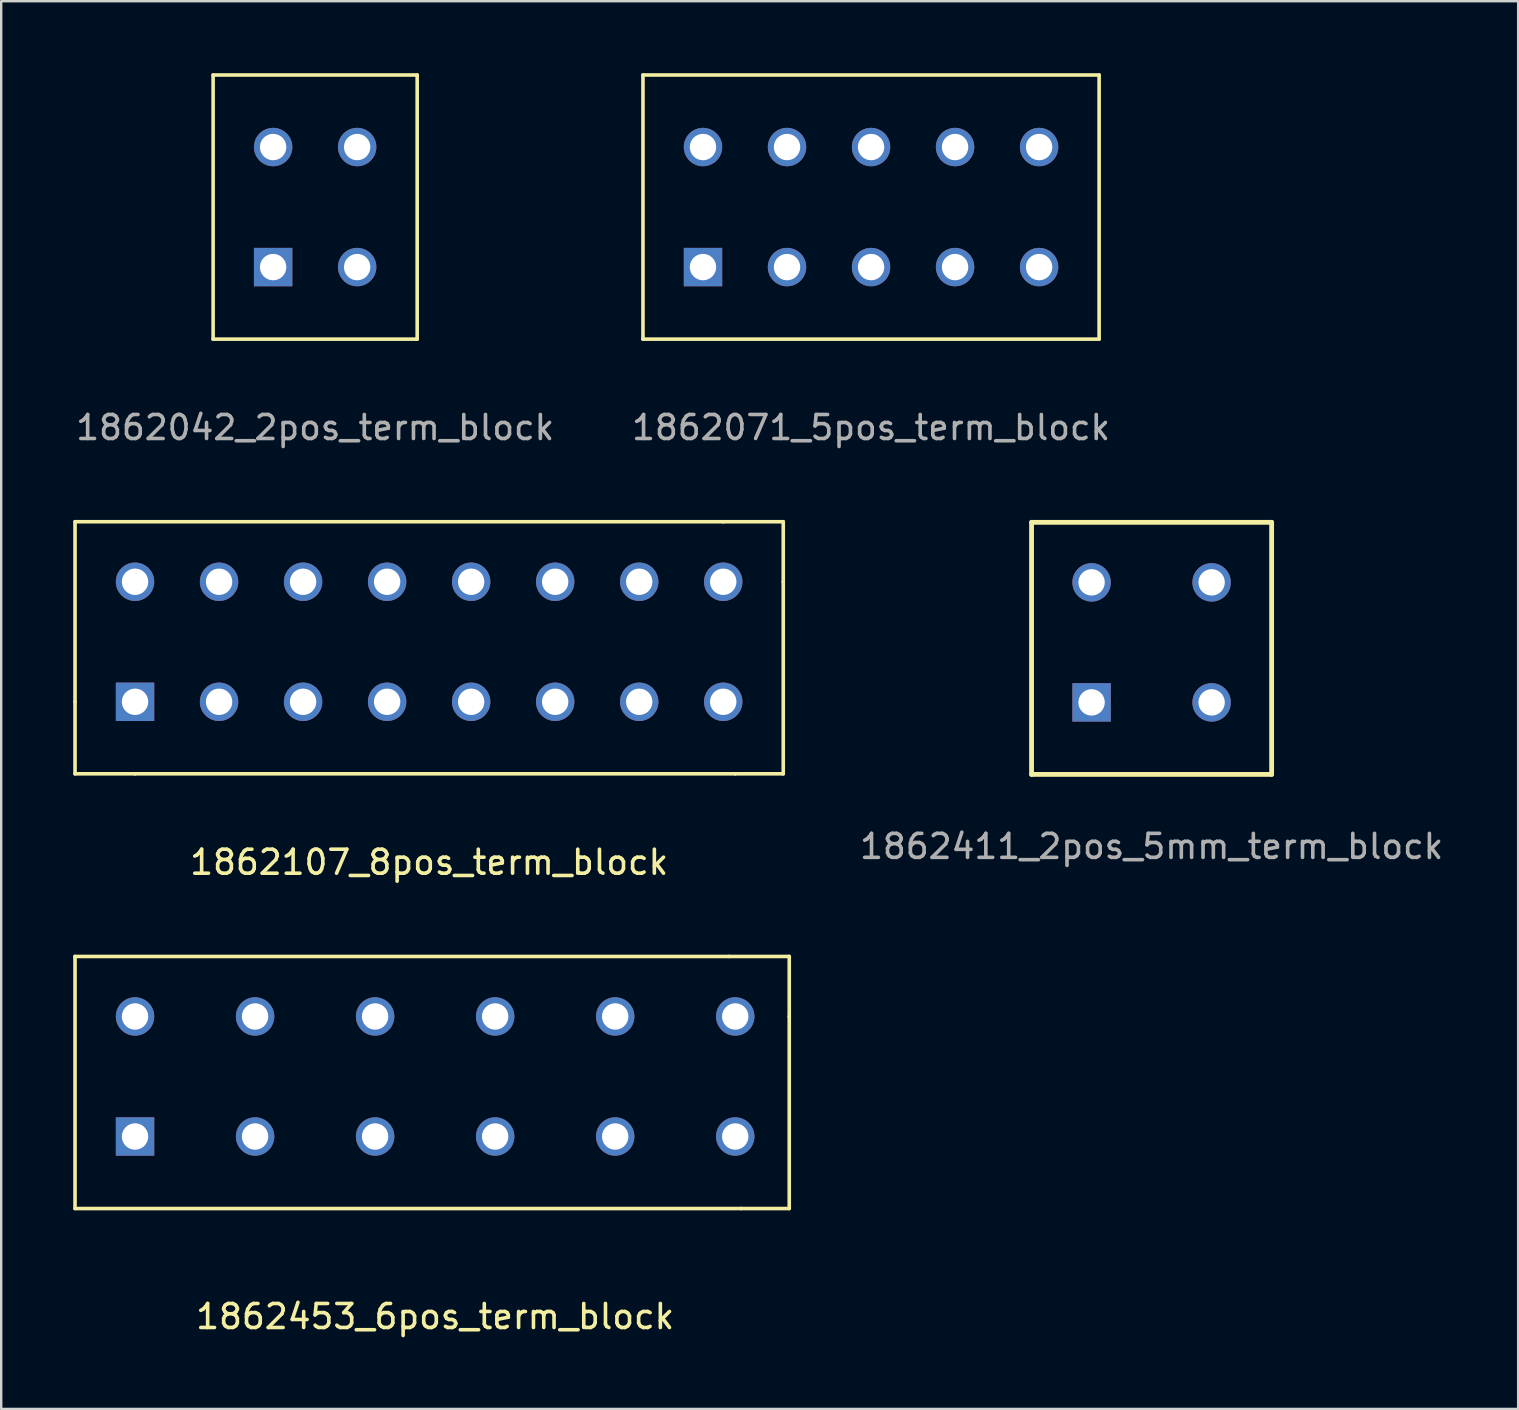
<source format=kicad_pcb>
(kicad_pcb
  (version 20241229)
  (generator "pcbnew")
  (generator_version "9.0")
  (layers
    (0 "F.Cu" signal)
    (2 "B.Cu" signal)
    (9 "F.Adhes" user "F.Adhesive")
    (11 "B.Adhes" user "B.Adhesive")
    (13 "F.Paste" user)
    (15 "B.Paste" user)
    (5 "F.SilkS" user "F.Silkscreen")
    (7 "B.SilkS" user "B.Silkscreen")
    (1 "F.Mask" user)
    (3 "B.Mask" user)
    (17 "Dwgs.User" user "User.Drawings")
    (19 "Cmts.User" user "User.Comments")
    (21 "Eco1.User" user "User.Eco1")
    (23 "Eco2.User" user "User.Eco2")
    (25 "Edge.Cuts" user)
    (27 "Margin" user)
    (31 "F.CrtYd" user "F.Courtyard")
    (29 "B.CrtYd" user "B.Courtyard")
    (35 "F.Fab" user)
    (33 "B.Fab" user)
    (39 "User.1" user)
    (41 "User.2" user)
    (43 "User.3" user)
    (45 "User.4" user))
  (footprint "1862411_2pos_5mm_term_block"
    (layer "F.Cu")
    (at 44.918 23.707)
    (property "Reference" "1862411_2pos_5mm_term_block" (at 0 8.5 0) (layer "F.Fab") (effects (font (size 1 1) (thickness 0.15))))
    (attr through_hole)
    (fp_line (start -5 -5) (end -5 5.5) (stroke (width 0.2) (type solid)) (layer "F.SilkS"))
    (fp_line (start -5 -5) (end 5 -5) (stroke (width 0.2) (type solid)) (layer "F.SilkS"))
    (fp_line (start 5 5.5) (end -5 5.5) (stroke (width 0.2) (type solid)) (layer "F.SilkS"))
    (fp_line (start 5 5.5) (end 5 -5) (stroke (width 0.2) (type solid)) (layer "F.SilkS"))
    (pad "1" thru_hole circle (at -2.5 -2.5) (size 1.6 1.6) (drill 1.1) (layers "*.Cu" "*.Mask"))
    (pad "1" thru_hole rect (at -2.5 2.5) (size 1.6 1.6) (drill 1.1) (layers "*.Cu" "*.Mask"))
    (pad "2" thru_hole circle (at 2.5 -2.5) (size 1.6 1.6) (drill 1.1) (layers "*.Cu" "*.Mask"))
    (pad "2" thru_hole circle (at 2.5 2.5) (size 1.6 1.6) (drill 1.1) (layers "*.Cu" "*.Mask")))
  (footprint "1862042_2pos_term_block"
    (layer "F.Cu")
    (at 10.077 3.075)
    (property "Reference" "1862042_2pos_term_block" (at 0 11.684 0) (layer "F.Fab") (effects (font (size 1 1) (thickness 0.15))))
    (attr through_hole)
    (fp_line (start -4.25 8) (end -4.25 -3) (stroke (width 0.15) (type solid)) (layer "F.SilkS"))
    (fp_line (start -4.25 8) (end 4.25 8) (stroke (width 0.15) (type solid)) (layer "F.SilkS"))
    (fp_line (start 4.25 -3) (end -4.25 -3) (stroke (width 0.15) (type solid)) (layer "F.SilkS"))
    (fp_line (start 4.25 8) (end 4.25 -3) (stroke (width 0.15) (type solid)) (layer "F.SilkS"))
    (pad "" np_thru_hole circle (at -1.75 0) (size 1.6 1.6) (drill 1.1) (layers "*.Cu" "*.Mask"))
    (pad "" np_thru_hole circle (at 1.75 0) (size 1.6 1.6) (drill 1.1) (layers "*.Cu" "*.Mask"))
    (pad "1" thru_hole rect (at -1.75 5) (size 1.6 1.6) (drill 1.1) (layers "*.Cu" "*.Mask"))
    (pad "2" thru_hole circle (at 1.75 5) (size 1.6 1.6) (drill 1.1) (layers "*.Cu" "*.Mask")))
  (footprint "1862071_5pos_term_block"
    (layer "F.Cu")
    (at 33.232 3.075)
    (property "Reference" "1862071_5pos_term_block" (at 0 11.684 0) (layer "F.Fab") (effects (font (size 1 1) (thickness 0.15))))
    (attr through_hole)
    (fp_line (start -9.5 -3) (end 9.5 -3) (stroke (width 0.15) (type solid)) (layer "F.SilkS"))
    (fp_line (start -9.5 8) (end -9.5 -3) (stroke (width 0.15) (type solid)) (layer "F.SilkS"))
    (fp_line (start -9.5 8) (end 9.5 8) (stroke (width 0.15) (type solid)) (layer "F.SilkS"))
    (fp_line (start 9.5 -3) (end 9.5 8) (stroke (width 0.15) (type solid)) (layer "F.SilkS"))
    (pad "" np_thru_hole circle (at -7 0) (size 1.6 1.6) (drill 1.1) (layers "*.Cu" "*.Mask"))
    (pad "" np_thru_hole circle (at -3.5 0) (size 1.6 1.6) (drill 1.1) (layers "*.Cu" "*.Mask"))
    (pad "" np_thru_hole circle (at 0 0) (size 1.6 1.6) (drill 1.1) (layers "*.Cu" "*.Mask"))
    (pad "" np_thru_hole circle (at 3.5 0) (size 1.6 1.6) (drill 1.1) (layers "*.Cu" "*.Mask"))
    (pad "" np_thru_hole circle (at 7 0) (size 1.6 1.6) (drill 1.1) (layers "*.Cu" "*.Mask"))
    (pad "1" thru_hole rect (at -7 5) (size 1.6 1.6) (drill 1.1) (layers "*.Cu" "*.Mask"))
    (pad "2" thru_hole circle (at -3.5 5) (size 1.6 1.6) (drill 1.1) (layers "*.Cu" "*.Mask"))
    (pad "3" thru_hole circle (at 0 5) (size 1.6 1.6) (drill 1.1) (layers "*.Cu" "*.Mask"))
    (pad "4" thru_hole circle (at 3.5 5) (size 1.6 1.6) (drill 1.1) (layers "*.Cu" "*.Mask"))
    (pad "5" thru_hole circle (at 7 5) (size 1.6 1.6) (drill 1.1) (layers "*.Cu" "*.Mask")))
  (footprint "1862453_6pos_term_block"
    (layer "F.Cu")
    (at 15.075 41.789)
    (property "Reference" "1862453_6pos_term_block" (at 0 10 0) (layer "F.SilkS") (effects (font (size 1 1) (thickness 0.15))))
    (attr through_hole)
    (fp_line (start -15 -5) (end 12.25 -5) (stroke (width 0.15) (type solid)) (layer "F.SilkS"))
    (fp_line (start -15 5.5) (end -15 -5) (stroke (width 0.15) (type solid)) (layer "F.SilkS"))
    (fp_line (start -15 5.5) (end 12.75 5.5) (stroke (width 0.15) (type solid)) (layer "F.SilkS"))
    (fp_line (start 14.75 -5) (end 12.25 -5) (stroke (width 0.15) (type solid)) (layer "F.SilkS"))
    (fp_line (start 14.75 -2.5) (end 14.75 -5) (stroke (width 0.15) (type solid)) (layer "F.SilkS"))
    (fp_line (start 14.75 -2.5) (end 14.75 5.5) (stroke (width 0.15) (type solid)) (layer "F.SilkS"))
    (fp_line (start 14.75 5.5) (end 12.75 5.5) (stroke (width 0.15) (type solid)) (layer "F.SilkS"))
    (pad "1" thru_hole circle (at -12.5 -2.5) (size 1.6 1.6) (drill 1.1) (layers "*.Cu" "*.Mask"))
    (pad "1" thru_hole rect (at -12.5 2.5) (size 1.6 1.6) (drill 1.1) (layers "*.Cu" "*.Mask"))
    (pad "2" thru_hole circle (at -7.5 -2.5) (size 1.6 1.6) (drill 1.1) (layers "*.Cu" "*.Mask"))
    (pad "2" thru_hole circle (at -7.5 2.5) (size 1.6 1.6) (drill 1.1) (layers "*.Cu" "*.Mask"))
    (pad "3" thru_hole circle (at -2.5 -2.5) (size 1.6 1.6) (drill 1.1) (layers "*.Cu" "*.Mask"))
    (pad "3" thru_hole circle (at -2.5 2.5) (size 1.6 1.6) (drill 1.1) (layers "*.Cu" "*.Mask"))
    (pad "4" thru_hole circle (at 2.5 -2.5) (size 1.6 1.6) (drill 1.1) (layers "*.Cu" "*.Mask"))
    (pad "4" thru_hole circle (at 2.5 2.5) (size 1.6 1.6) (drill 1.1) (layers "*.Cu" "*.Mask"))
    (pad "5" thru_hole circle (at 7.5 -2.5) (size 1.6 1.6) (drill 1.1) (layers "*.Cu" "*.Mask"))
    (pad "5" thru_hole circle (at 7.5 2.5) (size 1.6 1.6) (drill 1.1) (layers "*.Cu" "*.Mask"))
    (pad "6" thru_hole circle (at 12.5 -2.5) (size 1.6 1.6) (drill 1.1) (layers "*.Cu" "*.Mask"))
    (pad "6" thru_hole circle (at 12.5 2.5) (size 1.6 1.6) (drill 1.1) (layers "*.Cu" "*.Mask")))
  (footprint "1862107_8pos_term_block"
    (layer "F.Cu")
    (at 14.825 21.182)
    (property "Reference" "1862107_8pos_term_block" (at 0 11.684 0) (layer "F.SilkS") (effects (font (size 1 1) (thickness 0.15))))
    (attr through_hole)
    (fp_line (start -14.75 -2.5) (end 12.25 -2.5) (stroke (width 0.15) (type solid)) (layer "F.SilkS"))
    (fp_line (start -14.75 5) (end -14.75 -2.5) (stroke (width 0.15) (type solid)) (layer "F.SilkS"))
    (fp_line (start -14.75 8) (end -14.75 5) (stroke (width 0.15) (type solid)) (layer "F.SilkS"))
    (fp_line (start -12.25 8) (end -14.75 8) (stroke (width 0.15) (type solid)) (layer "F.SilkS"))
    (fp_line (start -12.25 8) (end 12.75 8) (stroke (width 0.15) (type solid)) (layer "F.SilkS"))
    (fp_line (start 14.75 -2.5) (end 12.25 -2.5) (stroke (width 0.15) (type solid)) (layer "F.SilkS"))
    (fp_line (start 14.75 0) (end 14.75 -2.5) (stroke (width 0.15) (type solid)) (layer "F.SilkS"))
    (fp_line (start 14.75 0) (end 14.75 8) (stroke (width 0.15) (type solid)) (layer "F.SilkS"))
    (fp_line (start 14.75 8) (end 12.75 8) (stroke (width 0.15) (type solid)) (layer "F.SilkS"))
    (pad "" np_thru_hole circle (at -12.25 0) (size 1.6 1.6) (drill 1.1) (layers "*.Cu" "*.Mask"))
    (pad "" np_thru_hole circle (at -8.75 0) (size 1.6 1.6) (drill 1.1) (layers "*.Cu" "*.Mask"))
    (pad "" np_thru_hole circle (at -5.25 0) (size 1.6 1.6) (drill 1.1) (layers "*.Cu" "*.Mask"))
    (pad "" np_thru_hole circle (at -1.75 0) (size 1.6 1.6) (drill 1.1) (layers "*.Cu" "*.Mask"))
    (pad "" np_thru_hole circle (at 1.75 0) (size 1.6 1.6) (drill 1.1) (layers "*.Cu" "*.Mask"))
    (pad "" np_thru_hole circle (at 5.25 0) (size 1.6 1.6) (drill 1.1) (layers "*.Cu" "*.Mask"))
    (pad "" np_thru_hole circle (at 8.75 0) (size 1.6 1.6) (drill 1.1) (layers "*.Cu" "*.Mask"))
    (pad "" np_thru_hole circle (at 12.25 0) (size 1.6 1.6) (drill 1.1) (layers "*.Cu" "*.Mask"))
    (pad "1" thru_hole rect (at -12.25 5) (size 1.6 1.6) (drill 1.1) (layers "*.Cu" "*.Mask"))
    (pad "2" thru_hole circle (at -8.75 5) (size 1.6 1.6) (drill 1.1) (layers "*.Cu" "*.Mask"))
    (pad "3" thru_hole circle (at -5.25 5) (size 1.6 1.6) (drill 1.1) (layers "*.Cu" "*.Mask"))
    (pad "4" thru_hole circle (at -1.75 5) (size 1.6 1.6) (drill 1.1) (layers "*.Cu" "*.Mask"))
    (pad "5" thru_hole circle (at 1.75 5) (size 1.6 1.6) (drill 1.1) (layers "*.Cu" "*.Mask"))
    (pad "6" thru_hole circle (at 5.25 5) (size 1.6 1.6) (drill 1.1) (layers "*.Cu" "*.Mask"))
    (pad "7" thru_hole circle (at 8.75 5) (size 1.6 1.6) (drill 1.1) (layers "*.Cu" "*.Mask"))
    (pad "8" thru_hole circle (at 12.25 5) (size 1.6 1.6) (drill 1.1) (layers "*.Cu" "*.Mask")))
  (gr_rect
    (start -3 -3)
    (end 60.186 55.638)
    (stroke (width 0.1) (type default))
    (fill no)
    (layer "Edge.Cuts")))
</source>
